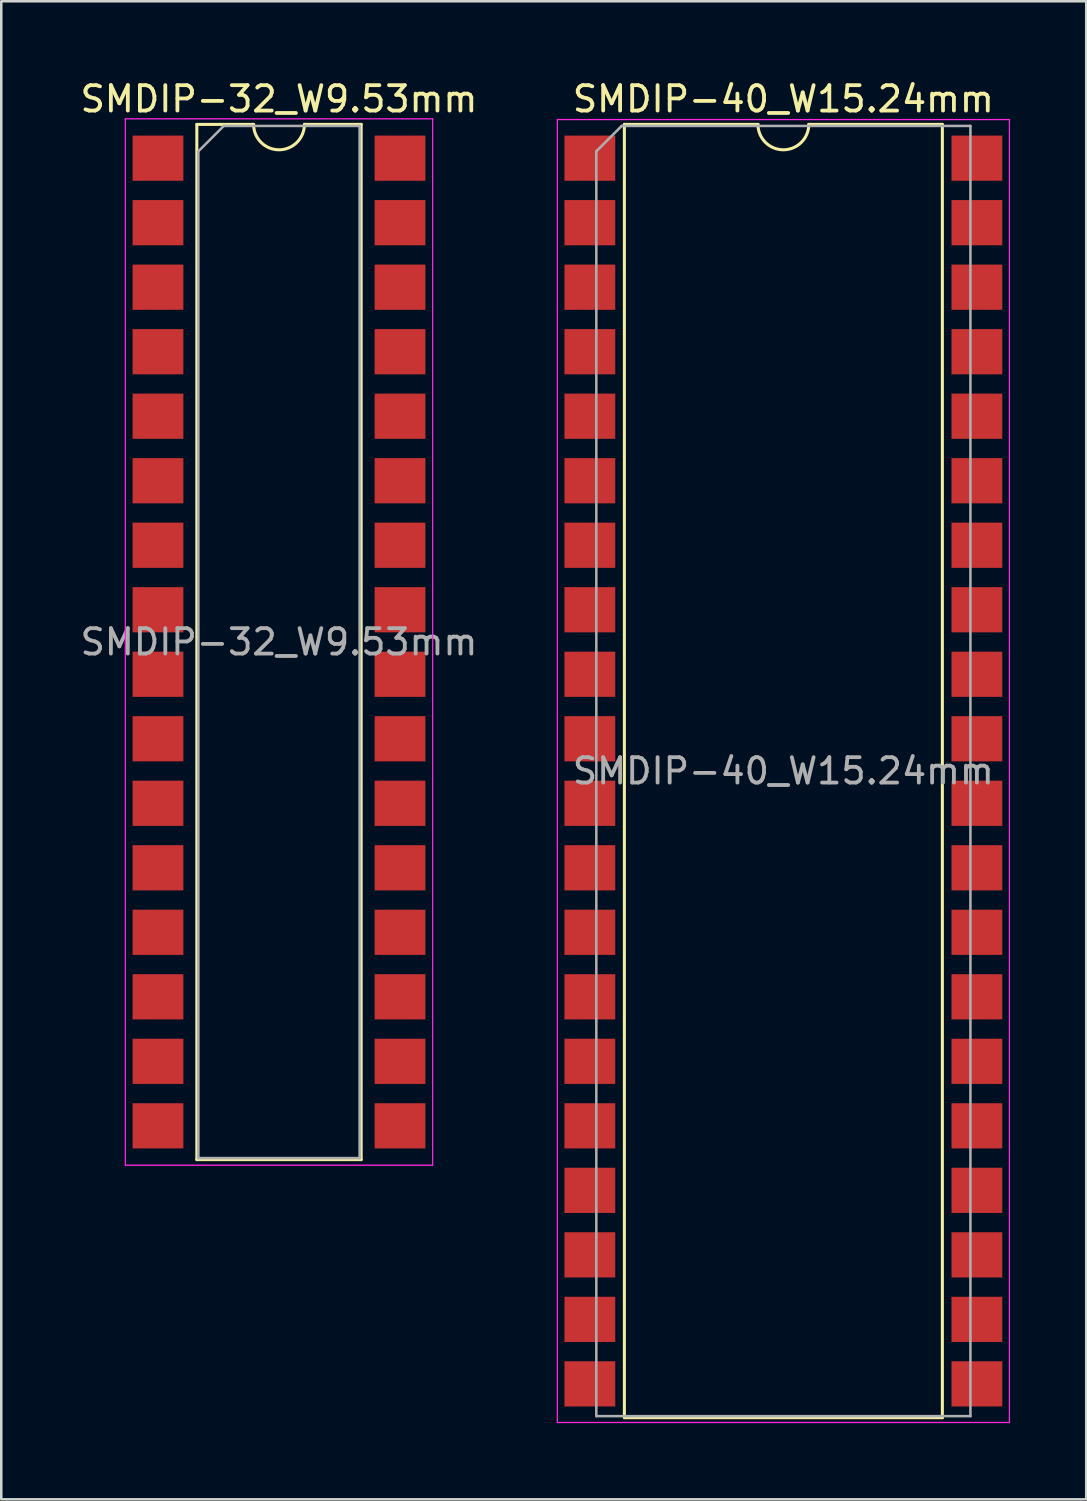
<source format=kicad_pcb>
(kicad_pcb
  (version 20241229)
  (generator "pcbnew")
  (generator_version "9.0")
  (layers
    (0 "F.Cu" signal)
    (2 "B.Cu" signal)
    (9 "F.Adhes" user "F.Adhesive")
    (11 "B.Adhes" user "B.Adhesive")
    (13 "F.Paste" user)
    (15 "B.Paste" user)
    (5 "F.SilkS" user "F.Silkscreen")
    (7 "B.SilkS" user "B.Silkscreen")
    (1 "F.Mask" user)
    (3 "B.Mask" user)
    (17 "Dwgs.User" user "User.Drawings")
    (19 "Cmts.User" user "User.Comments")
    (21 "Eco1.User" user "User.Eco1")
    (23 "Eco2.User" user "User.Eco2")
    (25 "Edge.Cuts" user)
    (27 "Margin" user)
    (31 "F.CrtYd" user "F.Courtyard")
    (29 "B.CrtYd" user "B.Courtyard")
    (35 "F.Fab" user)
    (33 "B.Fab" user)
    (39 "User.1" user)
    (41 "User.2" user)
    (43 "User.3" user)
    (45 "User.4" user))
  (footprint "SMDIP-32_W9.53mm"
    (layer "F.Cu")
    (at 7.935 22.228)
    (property "Reference" "SMDIP-32_W9.53mm" (at 0 -21.38 0) (layer "F.SilkS") (effects (font (size 1 1) (thickness 0.15))))
    (attr smd)
    (fp_line (start -3.235 -20.38) (end -3.235 20.38) (stroke (width 0.12) (type solid)) (layer "F.SilkS"))
    (fp_line (start -3.235 20.38) (end 3.235 20.38) (stroke (width 0.12) (type solid)) (layer "F.SilkS"))
    (fp_line (start -1 -20.38) (end -3.235 -20.38) (stroke (width 0.12) (type solid)) (layer "F.SilkS"))
    (fp_line (start 3.235 -20.38) (end 1 -20.38) (stroke (width 0.12) (type solid)) (layer "F.SilkS"))
    (fp_line (start 3.235 20.38) (end 3.235 -20.38) (stroke (width 0.12) (type solid)) (layer "F.SilkS"))
    (fp_arc (start 1 -20.38) (mid 0 -19.38) (end -1 -20.38) (stroke (width 0.12) (type solid)) (layer "F.SilkS"))
    (fp_line (start -6.05 -20.6) (end -6.05 20.6) (stroke (width 0.05) (type solid)) (layer "F.CrtYd"))
    (fp_line (start -6.05 20.6) (end 6.05 20.6) (stroke (width 0.05) (type solid)) (layer "F.CrtYd"))
    (fp_line (start 6.05 -20.6) (end -6.05 -20.6) (stroke (width 0.05) (type solid)) (layer "F.CrtYd"))
    (fp_line (start 6.05 20.6) (end 6.05 -20.6) (stroke (width 0.05) (type solid)) (layer "F.CrtYd"))
    (fp_line (start -3.175 -19.32) (end -2.175 -20.32) (stroke (width 0.1) (type solid)) (layer "F.Fab"))
    (fp_line (start -3.175 20.32) (end -3.175 -19.32) (stroke (width 0.1) (type solid)) (layer "F.Fab"))
    (fp_line (start -2.175 -20.32) (end 3.175 -20.32) (stroke (width 0.1) (type solid)) (layer "F.Fab"))
    (fp_line (start 3.175 -20.32) (end 3.175 20.32) (stroke (width 0.1) (type solid)) (layer "F.Fab"))
    (fp_line (start 3.175 20.32) (end -3.175 20.32) (stroke (width 0.1) (type solid)) (layer "F.Fab"))
    (fp_text user "${REFERENCE}" (at 0 0 0) (layer "F.Fab") (effects (font (size 1 1) (thickness 0.15))))
    (pad "1" smd rect (at -4.765 -19.05) (size 2 1.78) (layers "F.Cu" "F.Mask" "F.Paste"))
    (pad "2" smd rect (at -4.765 -16.51) (size 2 1.78) (layers "F.Cu" "F.Mask" "F.Paste"))
    (pad "3" smd rect (at -4.765 -13.97) (size 2 1.78) (layers "F.Cu" "F.Mask" "F.Paste"))
    (pad "4" smd rect (at -4.765 -11.43) (size 2 1.78) (layers "F.Cu" "F.Mask" "F.Paste"))
    (pad "5" smd rect (at -4.765 -8.89) (size 2 1.78) (layers "F.Cu" "F.Mask" "F.Paste"))
    (pad "6" smd rect (at -4.765 -6.35) (size 2 1.78) (layers "F.Cu" "F.Mask" "F.Paste"))
    (pad "7" smd rect (at -4.765 -3.81) (size 2 1.78) (layers "F.Cu" "F.Mask" "F.Paste"))
    (pad "8" smd rect (at -4.765 -1.27) (size 2 1.78) (layers "F.Cu" "F.Mask" "F.Paste"))
    (pad "9" smd rect (at -4.765 1.27) (size 2 1.78) (layers "F.Cu" "F.Mask" "F.Paste"))
    (pad "10" smd rect (at -4.765 3.81) (size 2 1.78) (layers "F.Cu" "F.Mask" "F.Paste"))
    (pad "11" smd rect (at -4.765 6.35) (size 2 1.78) (layers "F.Cu" "F.Mask" "F.Paste"))
    (pad "12" smd rect (at -4.765 8.89) (size 2 1.78) (layers "F.Cu" "F.Mask" "F.Paste"))
    (pad "13" smd rect (at -4.765 11.43) (size 2 1.78) (layers "F.Cu" "F.Mask" "F.Paste"))
    (pad "14" smd rect (at -4.765 13.97) (size 2 1.78) (layers "F.Cu" "F.Mask" "F.Paste"))
    (pad "15" smd rect (at -4.765 16.51) (size 2 1.78) (layers "F.Cu" "F.Mask" "F.Paste"))
    (pad "16" smd rect (at -4.765 19.05) (size 2 1.78) (layers "F.Cu" "F.Mask" "F.Paste"))
    (pad "17" smd rect (at 4.765 19.05) (size 2 1.78) (layers "F.Cu" "F.Mask" "F.Paste"))
    (pad "18" smd rect (at 4.765 16.51) (size 2 1.78) (layers "F.Cu" "F.Mask" "F.Paste"))
    (pad "19" smd rect (at 4.765 13.97) (size 2 1.78) (layers "F.Cu" "F.Mask" "F.Paste"))
    (pad "20" smd rect (at 4.765 11.43) (size 2 1.78) (layers "F.Cu" "F.Mask" "F.Paste"))
    (pad "21" smd rect (at 4.765 8.89) (size 2 1.78) (layers "F.Cu" "F.Mask" "F.Paste"))
    (pad "22" smd rect (at 4.765 6.35) (size 2 1.78) (layers "F.Cu" "F.Mask" "F.Paste"))
    (pad "23" smd rect (at 4.765 3.81) (size 2 1.78) (layers "F.Cu" "F.Mask" "F.Paste"))
    (pad "24" smd rect (at 4.765 1.27) (size 2 1.78) (layers "F.Cu" "F.Mask" "F.Paste"))
    (pad "25" smd rect (at 4.765 -1.27) (size 2 1.78) (layers "F.Cu" "F.Mask" "F.Paste"))
    (pad "26" smd rect (at 4.765 -3.81) (size 2 1.78) (layers "F.Cu" "F.Mask" "F.Paste"))
    (pad "27" smd rect (at 4.765 -6.35) (size 2 1.78) (layers "F.Cu" "F.Mask" "F.Paste"))
    (pad "28" smd rect (at 4.765 -8.89) (size 2 1.78) (layers "F.Cu" "F.Mask" "F.Paste"))
    (pad "29" smd rect (at 4.765 -11.43) (size 2 1.78) (layers "F.Cu" "F.Mask" "F.Paste"))
    (pad "30" smd rect (at 4.765 -13.97) (size 2 1.78) (layers "F.Cu" "F.Mask" "F.Paste"))
    (pad "31" smd rect (at 4.765 -16.51) (size 2 1.78) (layers "F.Cu" "F.Mask" "F.Paste"))
    (pad "32" smd rect (at 4.765 -19.05) (size 2 1.78) (layers "F.Cu" "F.Mask" "F.Paste")))
  (footprint "SMDIP-40_W15.24mm"
    (layer "F.Cu")
    (at 27.794 27.308)
    (property "Reference" "SMDIP-40_W15.24mm" (at 0 -26.46 0) (layer "F.SilkS") (effects (font (size 1 1) (thickness 0.15))))
    (attr smd)
    (fp_line (start -6.26 -25.46) (end -6.26 25.46) (stroke (width 0.12) (type solid)) (layer "F.SilkS"))
    (fp_line (start -6.26 25.46) (end 6.26 25.46) (stroke (width 0.12) (type solid)) (layer "F.SilkS"))
    (fp_line (start -1 -25.46) (end -6.26 -25.46) (stroke (width 0.12) (type solid)) (layer "F.SilkS"))
    (fp_line (start 6.26 -25.46) (end 1 -25.46) (stroke (width 0.12) (type solid)) (layer "F.SilkS"))
    (fp_line (start 6.26 25.46) (end 6.26 -25.46) (stroke (width 0.12) (type solid)) (layer "F.SilkS"))
    (fp_arc (start 1 -25.46) (mid 0 -24.46) (end -1 -25.46) (stroke (width 0.12) (type solid)) (layer "F.SilkS"))
    (fp_line (start -8.9 -25.65) (end -8.9 25.65) (stroke (width 0.05) (type solid)) (layer "F.CrtYd"))
    (fp_line (start -8.9 25.65) (end 8.9 25.65) (stroke (width 0.05) (type solid)) (layer "F.CrtYd"))
    (fp_line (start 8.9 -25.65) (end -8.9 -25.65) (stroke (width 0.05) (type solid)) (layer "F.CrtYd"))
    (fp_line (start 8.9 25.65) (end 8.9 -25.65) (stroke (width 0.05) (type solid)) (layer "F.CrtYd"))
    (fp_line (start -7.365 -24.4) (end -6.365 -25.4) (stroke (width 0.1) (type solid)) (layer "F.Fab"))
    (fp_line (start -7.365 25.4) (end -7.365 -24.4) (stroke (width 0.1) (type solid)) (layer "F.Fab"))
    (fp_line (start -6.365 -25.4) (end 7.365 -25.4) (stroke (width 0.1) (type solid)) (layer "F.Fab"))
    (fp_line (start 7.365 -25.4) (end 7.365 25.4) (stroke (width 0.1) (type solid)) (layer "F.Fab"))
    (fp_line (start 7.365 25.4) (end -7.365 25.4) (stroke (width 0.1) (type solid)) (layer "F.Fab"))
    (fp_text user "${REFERENCE}" (at 0 0 0) (layer "F.Fab") (effects (font (size 1 1) (thickness 0.15))))
    (pad "1" smd rect (at -7.62 -24.13) (size 2 1.78) (layers "F.Cu" "F.Mask" "F.Paste"))
    (pad "2" smd rect (at -7.62 -21.59) (size 2 1.78) (layers "F.Cu" "F.Mask" "F.Paste"))
    (pad "3" smd rect (at -7.62 -19.05) (size 2 1.78) (layers "F.Cu" "F.Mask" "F.Paste"))
    (pad "4" smd rect (at -7.62 -16.51) (size 2 1.78) (layers "F.Cu" "F.Mask" "F.Paste"))
    (pad "5" smd rect (at -7.62 -13.97) (size 2 1.78) (layers "F.Cu" "F.Mask" "F.Paste"))
    (pad "6" smd rect (at -7.62 -11.43) (size 2 1.78) (layers "F.Cu" "F.Mask" "F.Paste"))
    (pad "7" smd rect (at -7.62 -8.89) (size 2 1.78) (layers "F.Cu" "F.Mask" "F.Paste"))
    (pad "8" smd rect (at -7.62 -6.35) (size 2 1.78) (layers "F.Cu" "F.Mask" "F.Paste"))
    (pad "9" smd rect (at -7.62 -3.81) (size 2 1.78) (layers "F.Cu" "F.Mask" "F.Paste"))
    (pad "10" smd rect (at -7.62 -1.27) (size 2 1.78) (layers "F.Cu" "F.Mask" "F.Paste"))
    (pad "11" smd rect (at -7.62 1.27) (size 2 1.78) (layers "F.Cu" "F.Mask" "F.Paste"))
    (pad "12" smd rect (at -7.62 3.81) (size 2 1.78) (layers "F.Cu" "F.Mask" "F.Paste"))
    (pad "13" smd rect (at -7.62 6.35) (size 2 1.78) (layers "F.Cu" "F.Mask" "F.Paste"))
    (pad "14" smd rect (at -7.62 8.89) (size 2 1.78) (layers "F.Cu" "F.Mask" "F.Paste"))
    (pad "15" smd rect (at -7.62 11.43) (size 2 1.78) (layers "F.Cu" "F.Mask" "F.Paste"))
    (pad "16" smd rect (at -7.62 13.97) (size 2 1.78) (layers "F.Cu" "F.Mask" "F.Paste"))
    (pad "17" smd rect (at -7.62 16.51) (size 2 1.78) (layers "F.Cu" "F.Mask" "F.Paste"))
    (pad "18" smd rect (at -7.62 19.05) (size 2 1.78) (layers "F.Cu" "F.Mask" "F.Paste"))
    (pad "19" smd rect (at -7.62 21.59) (size 2 1.78) (layers "F.Cu" "F.Mask" "F.Paste"))
    (pad "20" smd rect (at -7.62 24.13) (size 2 1.78) (layers "F.Cu" "F.Mask" "F.Paste"))
    (pad "21" smd rect (at 7.62 24.13) (size 2 1.78) (layers "F.Cu" "F.Mask" "F.Paste"))
    (pad "22" smd rect (at 7.62 21.59) (size 2 1.78) (layers "F.Cu" "F.Mask" "F.Paste"))
    (pad "23" smd rect (at 7.62 19.05) (size 2 1.78) (layers "F.Cu" "F.Mask" "F.Paste"))
    (pad "24" smd rect (at 7.62 16.51) (size 2 1.78) (layers "F.Cu" "F.Mask" "F.Paste"))
    (pad "25" smd rect (at 7.62 13.97) (size 2 1.78) (layers "F.Cu" "F.Mask" "F.Paste"))
    (pad "26" smd rect (at 7.62 11.43) (size 2 1.78) (layers "F.Cu" "F.Mask" "F.Paste"))
    (pad "27" smd rect (at 7.62 8.89) (size 2 1.78) (layers "F.Cu" "F.Mask" "F.Paste"))
    (pad "28" smd rect (at 7.62 6.35) (size 2 1.78) (layers "F.Cu" "F.Mask" "F.Paste"))
    (pad "29" smd rect (at 7.62 3.81) (size 2 1.78) (layers "F.Cu" "F.Mask" "F.Paste"))
    (pad "30" smd rect (at 7.62 1.27) (size 2 1.78) (layers "F.Cu" "F.Mask" "F.Paste"))
    (pad "31" smd rect (at 7.62 -1.27) (size 2 1.78) (layers "F.Cu" "F.Mask" "F.Paste"))
    (pad "32" smd rect (at 7.62 -3.81) (size 2 1.78) (layers "F.Cu" "F.Mask" "F.Paste"))
    (pad "33" smd rect (at 7.62 -6.35) (size 2 1.78) (layers "F.Cu" "F.Mask" "F.Paste"))
    (pad "34" smd rect (at 7.62 -8.89) (size 2 1.78) (layers "F.Cu" "F.Mask" "F.Paste"))
    (pad "35" smd rect (at 7.62 -11.43) (size 2 1.78) (layers "F.Cu" "F.Mask" "F.Paste"))
    (pad "36" smd rect (at 7.62 -13.97) (size 2 1.78) (layers "F.Cu" "F.Mask" "F.Paste"))
    (pad "37" smd rect (at 7.62 -16.51) (size 2 1.78) (layers "F.Cu" "F.Mask" "F.Paste"))
    (pad "38" smd rect (at 7.62 -19.05) (size 2 1.78) (layers "F.Cu" "F.Mask" "F.Paste"))
    (pad "39" smd rect (at 7.62 -21.59) (size 2 1.78) (layers "F.Cu" "F.Mask" "F.Paste"))
    (pad "40" smd rect (at 7.62 -24.13) (size 2 1.78) (layers "F.Cu" "F.Mask" "F.Paste")))
  (gr_rect
    (start -3 -3)
    (end 39.719 55.983)
    (stroke (width 0.1) (type default))
    (fill no)
    (layer "Edge.Cuts")))
</source>
